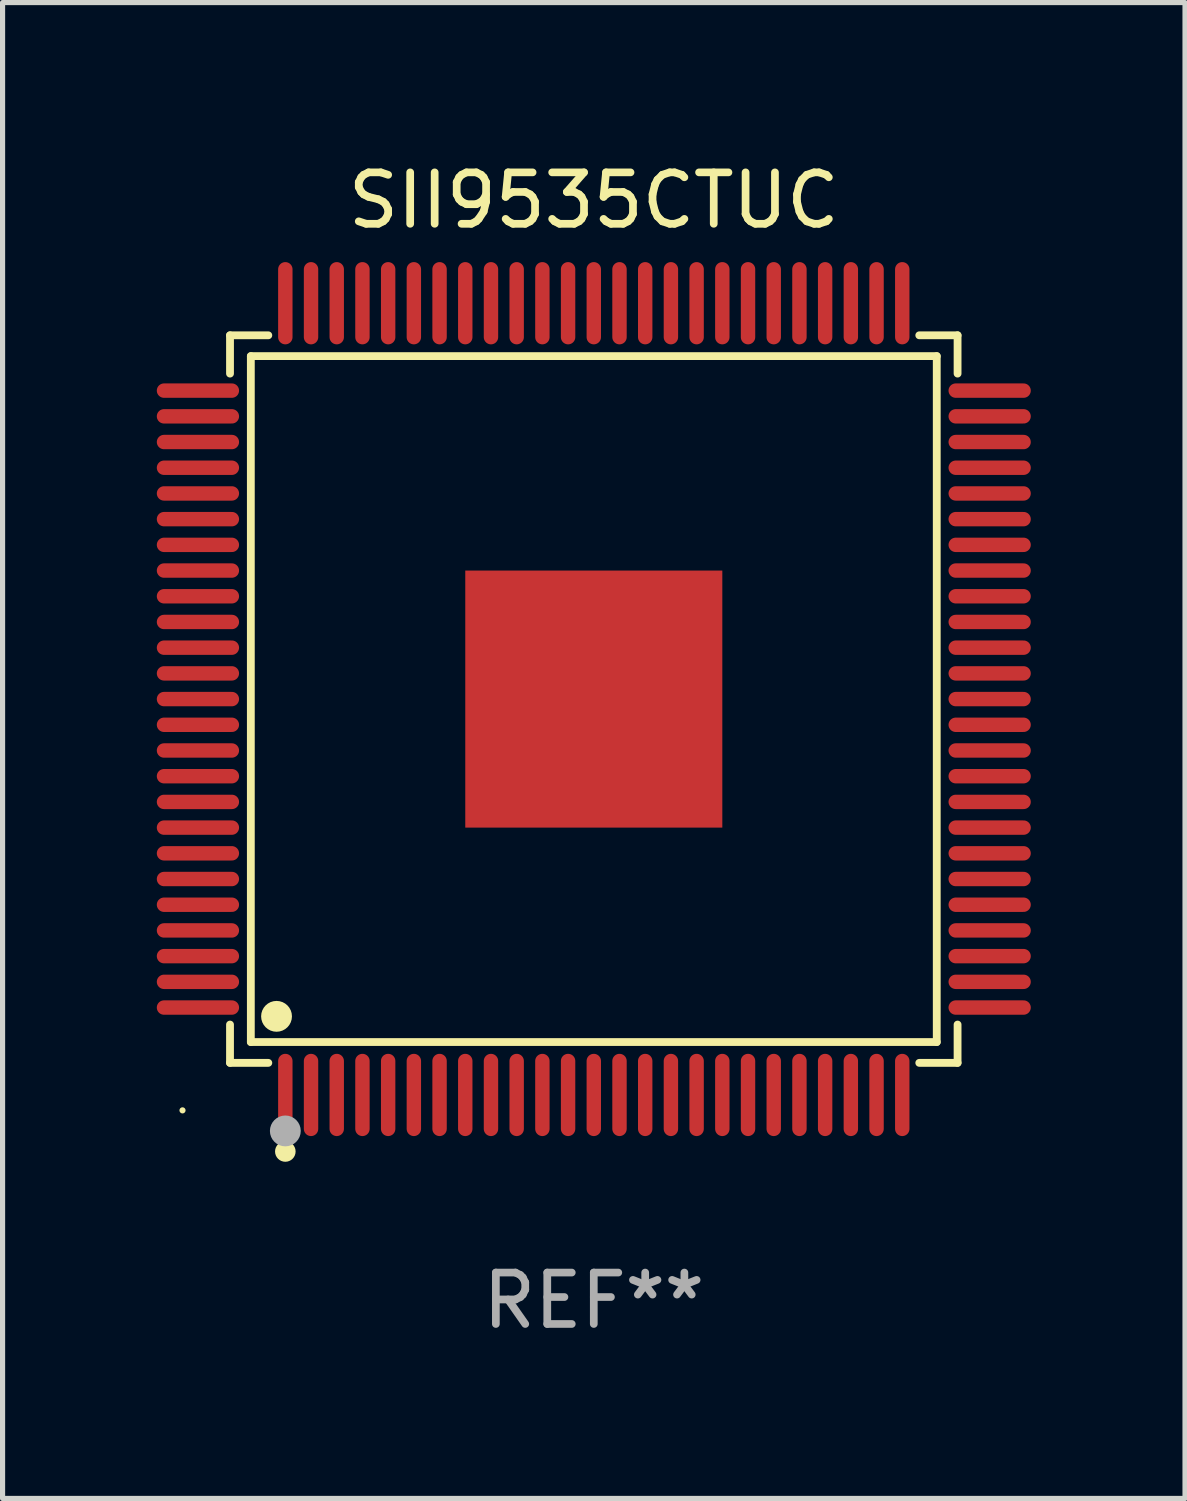
<source format=kicad_pcb>
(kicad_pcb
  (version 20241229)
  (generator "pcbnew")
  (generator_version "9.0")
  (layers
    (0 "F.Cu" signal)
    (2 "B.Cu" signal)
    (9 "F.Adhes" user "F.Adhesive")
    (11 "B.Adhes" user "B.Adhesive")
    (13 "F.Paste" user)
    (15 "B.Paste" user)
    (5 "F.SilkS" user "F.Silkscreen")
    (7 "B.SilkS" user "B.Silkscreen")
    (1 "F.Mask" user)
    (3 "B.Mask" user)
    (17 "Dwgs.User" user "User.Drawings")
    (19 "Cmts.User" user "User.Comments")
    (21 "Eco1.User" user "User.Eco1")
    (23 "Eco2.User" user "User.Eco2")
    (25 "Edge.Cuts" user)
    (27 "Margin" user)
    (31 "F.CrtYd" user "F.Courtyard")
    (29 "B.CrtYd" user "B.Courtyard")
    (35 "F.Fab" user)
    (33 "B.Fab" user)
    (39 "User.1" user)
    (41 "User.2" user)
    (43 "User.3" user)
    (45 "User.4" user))
  (footprint "SII9535CTUC"
    (layer "F.Cu")
    (at 8.5 10.548)
    (property "Reference" "SII9535CTUC" (at 0 -9.7 0) (layer "F.SilkS") (effects (font (size 1 1) (thickness 0.15))))
    (attr through_hole)
    (fp_line (start -7.076 -7.076) (end -6.331 -7.076) (stroke (width 0.152) (type solid)) (layer "F.SilkS"))
    (fp_line (start -7.076 -6.331) (end -7.076 -7.076) (stroke (width 0.152) (type solid)) (layer "F.SilkS"))
    (fp_line (start -7.076 6.331) (end -7.076 7.076) (stroke (width 0.152) (type solid)) (layer "F.SilkS"))
    (fp_line (start -7.076 7.076) (end -6.331 7.076) (stroke (width 0.152) (type solid)) (layer "F.SilkS"))
    (fp_line (start -6.671 -6.671) (end 6.671 -6.671) (stroke (width 0.152) (type solid)) (layer "F.SilkS"))
    (fp_line (start -6.671 6.671) (end -6.671 -6.671) (stroke (width 0.152) (type solid)) (layer "F.SilkS"))
    (fp_line (start 6.671 -6.671) (end 6.671 6.671) (stroke (width 0.152) (type solid)) (layer "F.SilkS"))
    (fp_line (start 6.671 6.671) (end -6.671 6.671) (stroke (width 0.152) (type solid)) (layer "F.SilkS"))
    (fp_line (start 7.076 -7.076) (end 6.331 -7.076) (stroke (width 0.152) (type solid)) (layer "F.SilkS"))
    (fp_line (start 7.076 -6.331) (end 7.076 -7.076) (stroke (width 0.152) (type solid)) (layer "F.SilkS"))
    (fp_line (start 7.076 6.331) (end 7.076 7.076) (stroke (width 0.152) (type solid)) (layer "F.SilkS"))
    (fp_line (start 7.076 7.076) (end 6.331 7.076) (stroke (width 0.152) (type solid)) (layer "F.SilkS"))
    (fp_circle (center -8 8) (end -7.97 8) (stroke (width 0.06) (type solid)) (fill no) (layer "F.SilkS"))
    (fp_circle (center -6.171 6.171) (end -6.021 6.171) (stroke (width 0.3) (type solid)) (fill no) (layer "F.SilkS"))
    (fp_circle (center -6 8.8) (end -5.9 8.8) (stroke (width 0.2) (type solid)) (fill no) (layer "F.SilkS"))
    (fp_circle (center -6 8.4) (end -5.85 8.4) (stroke (width 0.3) (type solid)) (fill no) (layer "F.Fab"))
    (fp_text user "REF**" (at 0 11.7 0) (layer "F.Fab") (effects (font (size 1 1) (thickness 0.15))))
    (pad "1" smd oval (at -6 7.7) (size 0.28 1.6) (layers "F.Cu" "F.Mask" "F.Paste"))
    (pad "2" smd oval (at -5.5 7.7) (size 0.28 1.6) (layers "F.Cu" "F.Mask" "F.Paste"))
    (pad "3" smd oval (at -5 7.7) (size 0.28 1.6) (layers "F.Cu" "F.Mask" "F.Paste"))
    (pad "4" smd oval (at -4.5 7.7) (size 0.28 1.6) (layers "F.Cu" "F.Mask" "F.Paste"))
    (pad "5" smd oval (at -4 7.7) (size 0.28 1.6) (layers "F.Cu" "F.Mask" "F.Paste"))
    (pad "6" smd oval (at -3.5 7.7) (size 0.28 1.6) (layers "F.Cu" "F.Mask" "F.Paste"))
    (pad "7" smd oval (at -3 7.7) (size 0.28 1.6) (layers "F.Cu" "F.Mask" "F.Paste"))
    (pad "8" smd oval (at -2.5 7.7) (size 0.28 1.6) (layers "F.Cu" "F.Mask" "F.Paste"))
    (pad "9" smd oval (at -2 7.7) (size 0.28 1.6) (layers "F.Cu" "F.Mask" "F.Paste"))
    (pad "10" smd oval (at -1.5 7.7) (size 0.28 1.6) (layers "F.Cu" "F.Mask" "F.Paste"))
    (pad "11" smd oval (at -1 7.7) (size 0.28 1.6) (layers "F.Cu" "F.Mask" "F.Paste"))
    (pad "12" smd oval (at -0.5 7.7) (size 0.28 1.6) (layers "F.Cu" "F.Mask" "F.Paste"))
    (pad "13" smd oval (at 0 7.7) (size 0.28 1.6) (layers "F.Cu" "F.Mask" "F.Paste"))
    (pad "14" smd oval (at 0.5 7.7) (size 0.28 1.6) (layers "F.Cu" "F.Mask" "F.Paste"))
    (pad "15" smd oval (at 1 7.7) (size 0.28 1.6) (layers "F.Cu" "F.Mask" "F.Paste"))
    (pad "16" smd oval (at 1.5 7.7) (size 0.28 1.6) (layers "F.Cu" "F.Mask" "F.Paste"))
    (pad "17" smd oval (at 2 7.7) (size 0.28 1.6) (layers "F.Cu" "F.Mask" "F.Paste"))
    (pad "18" smd oval (at 2.5 7.7) (size 0.28 1.6) (layers "F.Cu" "F.Mask" "F.Paste"))
    (pad "19" smd oval (at 3 7.7) (size 0.28 1.6) (layers "F.Cu" "F.Mask" "F.Paste"))
    (pad "20" smd oval (at 3.5 7.7) (size 0.28 1.6) (layers "F.Cu" "F.Mask" "F.Paste"))
    (pad "21" smd oval (at 4 7.7) (size 0.28 1.6) (layers "F.Cu" "F.Mask" "F.Paste"))
    (pad "22" smd oval (at 4.5 7.7) (size 0.28 1.6) (layers "F.Cu" "F.Mask" "F.Paste"))
    (pad "23" smd oval (at 5 7.7) (size 0.28 1.6) (layers "F.Cu" "F.Mask" "F.Paste"))
    (pad "24" smd oval (at 5.5 7.7) (size 0.28 1.6) (layers "F.Cu" "F.Mask" "F.Paste"))
    (pad "25" smd oval (at 6 7.7) (size 0.28 1.6) (layers "F.Cu" "F.Mask" "F.Paste"))
    (pad "26" smd oval (at 7.7 6) (size 1.6 0.28) (layers "F.Cu" "F.Mask" "F.Paste"))
    (pad "27" smd oval (at 7.7 5.5) (size 1.6 0.28) (layers "F.Cu" "F.Mask" "F.Paste"))
    (pad "28" smd oval (at 7.7 5) (size 1.6 0.28) (layers "F.Cu" "F.Mask" "F.Paste"))
    (pad "29" smd oval (at 7.7 4.5) (size 1.6 0.28) (layers "F.Cu" "F.Mask" "F.Paste"))
    (pad "30" smd oval (at 7.7 4) (size 1.6 0.28) (layers "F.Cu" "F.Mask" "F.Paste"))
    (pad "31" smd oval (at 7.7 3.5) (size 1.6 0.28) (layers "F.Cu" "F.Mask" "F.Paste"))
    (pad "32" smd oval (at 7.7 3) (size 1.6 0.28) (layers "F.Cu" "F.Mask" "F.Paste"))
    (pad "33" smd oval (at 7.7 2.5) (size 1.6 0.28) (layers "F.Cu" "F.Mask" "F.Paste"))
    (pad "34" smd oval (at 7.7 2) (size 1.6 0.28) (layers "F.Cu" "F.Mask" "F.Paste"))
    (pad "35" smd oval (at 7.7 1.5) (size 1.6 0.28) (layers "F.Cu" "F.Mask" "F.Paste"))
    (pad "36" smd oval (at 7.7 1) (size 1.6 0.28) (layers "F.Cu" "F.Mask" "F.Paste"))
    (pad "37" smd oval (at 7.7 0.5) (size 1.6 0.28) (layers "F.Cu" "F.Mask" "F.Paste"))
    (pad "38" smd oval (at 7.7 0) (size 1.6 0.28) (layers "F.Cu" "F.Mask" "F.Paste"))
    (pad "39" smd oval (at 7.7 -0.5) (size 1.6 0.28) (layers "F.Cu" "F.Mask" "F.Paste"))
    (pad "40" smd oval (at 7.7 -1) (size 1.6 0.28) (layers "F.Cu" "F.Mask" "F.Paste"))
    (pad "41" smd oval (at 7.7 -1.5) (size 1.6 0.28) (layers "F.Cu" "F.Mask" "F.Paste"))
    (pad "42" smd oval (at 7.7 -2) (size 1.6 0.28) (layers "F.Cu" "F.Mask" "F.Paste"))
    (pad "43" smd oval (at 7.7 -2.5) (size 1.6 0.28) (layers "F.Cu" "F.Mask" "F.Paste"))
    (pad "44" smd oval (at 7.7 -3) (size 1.6 0.28) (layers "F.Cu" "F.Mask" "F.Paste"))
    (pad "45" smd oval (at 7.7 -3.5) (size 1.6 0.28) (layers "F.Cu" "F.Mask" "F.Paste"))
    (pad "46" smd oval (at 7.7 -4) (size 1.6 0.28) (layers "F.Cu" "F.Mask" "F.Paste"))
    (pad "47" smd oval (at 7.7 -4.5) (size 1.6 0.28) (layers "F.Cu" "F.Mask" "F.Paste"))
    (pad "48" smd oval (at 7.7 -5) (size 1.6 0.28) (layers "F.Cu" "F.Mask" "F.Paste"))
    (pad "49" smd oval (at 7.7 -5.5) (size 1.6 0.28) (layers "F.Cu" "F.Mask" "F.Paste"))
    (pad "50" smd oval (at 7.7 -6) (size 1.6 0.28) (layers "F.Cu" "F.Mask" "F.Paste"))
    (pad "51" smd oval (at 6 -7.7) (size 0.28 1.6) (layers "F.Cu" "F.Mask" "F.Paste"))
    (pad "52" smd oval (at 5.5 -7.7) (size 0.28 1.6) (layers "F.Cu" "F.Mask" "F.Paste"))
    (pad "53" smd oval (at 5 -7.7) (size 0.28 1.6) (layers "F.Cu" "F.Mask" "F.Paste"))
    (pad "54" smd oval (at 4.5 -7.7) (size 0.28 1.6) (layers "F.Cu" "F.Mask" "F.Paste"))
    (pad "55" smd oval (at 4 -7.7) (size 0.28 1.6) (layers "F.Cu" "F.Mask" "F.Paste"))
    (pad "56" smd oval (at 3.5 -7.7) (size 0.28 1.6) (layers "F.Cu" "F.Mask" "F.Paste"))
    (pad "57" smd oval (at 3 -7.7) (size 0.28 1.6) (layers "F.Cu" "F.Mask" "F.Paste"))
    (pad "58" smd oval (at 2.5 -7.7) (size 0.28 1.6) (layers "F.Cu" "F.Mask" "F.Paste"))
    (pad "59" smd oval (at 2 -7.7) (size 0.28 1.6) (layers "F.Cu" "F.Mask" "F.Paste"))
    (pad "60" smd oval (at 1.5 -7.7) (size 0.28 1.6) (layers "F.Cu" "F.Mask" "F.Paste"))
    (pad "61" smd oval (at 1 -7.7) (size 0.28 1.6) (layers "F.Cu" "F.Mask" "F.Paste"))
    (pad "62" smd oval (at 0.5 -7.7) (size 0.28 1.6) (layers "F.Cu" "F.Mask" "F.Paste"))
    (pad "63" smd oval (at 0 -7.7) (size 0.28 1.6) (layers "F.Cu" "F.Mask" "F.Paste"))
    (pad "64" smd oval (at -0.5 -7.7) (size 0.28 1.6) (layers "F.Cu" "F.Mask" "F.Paste"))
    (pad "65" smd oval (at -1 -7.7) (size 0.28 1.6) (layers "F.Cu" "F.Mask" "F.Paste"))
    (pad "66" smd oval (at -1.5 -7.7) (size 0.28 1.6) (layers "F.Cu" "F.Mask" "F.Paste"))
    (pad "67" smd oval (at -2 -7.7) (size 0.28 1.6) (layers "F.Cu" "F.Mask" "F.Paste"))
    (pad "68" smd oval (at -2.5 -7.7) (size 0.28 1.6) (layers "F.Cu" "F.Mask" "F.Paste"))
    (pad "69" smd oval (at -3 -7.7) (size 0.28 1.6) (layers "F.Cu" "F.Mask" "F.Paste"))
    (pad "70" smd oval (at -3.5 -7.7) (size 0.28 1.6) (layers "F.Cu" "F.Mask" "F.Paste"))
    (pad "71" smd oval (at -4 -7.7) (size 0.28 1.6) (layers "F.Cu" "F.Mask" "F.Paste"))
    (pad "72" smd oval (at -4.5 -7.7) (size 0.28 1.6) (layers "F.Cu" "F.Mask" "F.Paste"))
    (pad "73" smd oval (at -5 -7.7) (size 0.28 1.6) (layers "F.Cu" "F.Mask" "F.Paste"))
    (pad "74" smd oval (at -5.5 -7.7) (size 0.28 1.6) (layers "F.Cu" "F.Mask" "F.Paste"))
    (pad "75" smd oval (at -6 -7.7) (size 0.28 1.6) (layers "F.Cu" "F.Mask" "F.Paste"))
    (pad "76" smd oval (at -7.7 -6) (size 1.6 0.28) (layers "F.Cu" "F.Mask" "F.Paste"))
    (pad "77" smd oval (at -7.7 -5.5) (size 1.6 0.28) (layers "F.Cu" "F.Mask" "F.Paste"))
    (pad "78" smd oval (at -7.7 -5) (size 1.6 0.28) (layers "F.Cu" "F.Mask" "F.Paste"))
    (pad "79" smd oval (at -7.7 -4.5) (size 1.6 0.28) (layers "F.Cu" "F.Mask" "F.Paste"))
    (pad "80" smd oval (at -7.7 -4) (size 1.6 0.28) (layers "F.Cu" "F.Mask" "F.Paste"))
    (pad "81" smd oval (at -7.7 -3.5) (size 1.6 0.28) (layers "F.Cu" "F.Mask" "F.Paste"))
    (pad "82" smd oval (at -7.7 -3) (size 1.6 0.28) (layers "F.Cu" "F.Mask" "F.Paste"))
    (pad "83" smd oval (at -7.7 -2.5) (size 1.6 0.28) (layers "F.Cu" "F.Mask" "F.Paste"))
    (pad "84" smd oval (at -7.7 -2) (size 1.6 0.28) (layers "F.Cu" "F.Mask" "F.Paste"))
    (pad "85" smd oval (at -7.7 -1.5) (size 1.6 0.28) (layers "F.Cu" "F.Mask" "F.Paste"))
    (pad "86" smd oval (at -7.7 -1) (size 1.6 0.28) (layers "F.Cu" "F.Mask" "F.Paste"))
    (pad "87" smd oval (at -7.7 -0.5) (size 1.6 0.28) (layers "F.Cu" "F.Mask" "F.Paste"))
    (pad "88" smd oval (at -7.7 0) (size 1.6 0.28) (layers "F.Cu" "F.Mask" "F.Paste"))
    (pad "89" smd oval (at -7.7 0.5) (size 1.6 0.28) (layers "F.Cu" "F.Mask" "F.Paste"))
    (pad "90" smd oval (at -7.7 1) (size 1.6 0.28) (layers "F.Cu" "F.Mask" "F.Paste"))
    (pad "91" smd oval (at -7.7 1.5) (size 1.6 0.28) (layers "F.Cu" "F.Mask" "F.Paste"))
    (pad "92" smd oval (at -7.7 2) (size 1.6 0.28) (layers "F.Cu" "F.Mask" "F.Paste"))
    (pad "93" smd oval (at -7.7 2.5) (size 1.6 0.28) (layers "F.Cu" "F.Mask" "F.Paste"))
    (pad "94" smd oval (at -7.7 3) (size 1.6 0.28) (layers "F.Cu" "F.Mask" "F.Paste"))
    (pad "95" smd oval (at -7.7 3.5) (size 1.6 0.28) (layers "F.Cu" "F.Mask" "F.Paste"))
    (pad "96" smd oval (at -7.7 4) (size 1.6 0.28) (layers "F.Cu" "F.Mask" "F.Paste"))
    (pad "97" smd oval (at -7.7 4.5) (size 1.6 0.28) (layers "F.Cu" "F.Mask" "F.Paste"))
    (pad "98" smd oval (at -7.7 5) (size 1.6 0.28) (layers "F.Cu" "F.Mask" "F.Paste"))
    (pad "99" smd oval (at -7.7 5.5) (size 1.6 0.28) (layers "F.Cu" "F.Mask" "F.Paste"))
    (pad "100" smd oval (at -7.7 6) (size 1.6 0.28) (layers "F.Cu" "F.Mask" "F.Paste"))
    (pad "101" smd rect (at 0 0) (size 5 5) (layers "F.Cu" "F.Mask" "F.Paste")))
  (gr_rect
    (start -3 -3)
    (end 20 26.097)
    (stroke (width 0.1) (type default))
    (fill no)
    (layer "Edge.Cuts")))
</source>
